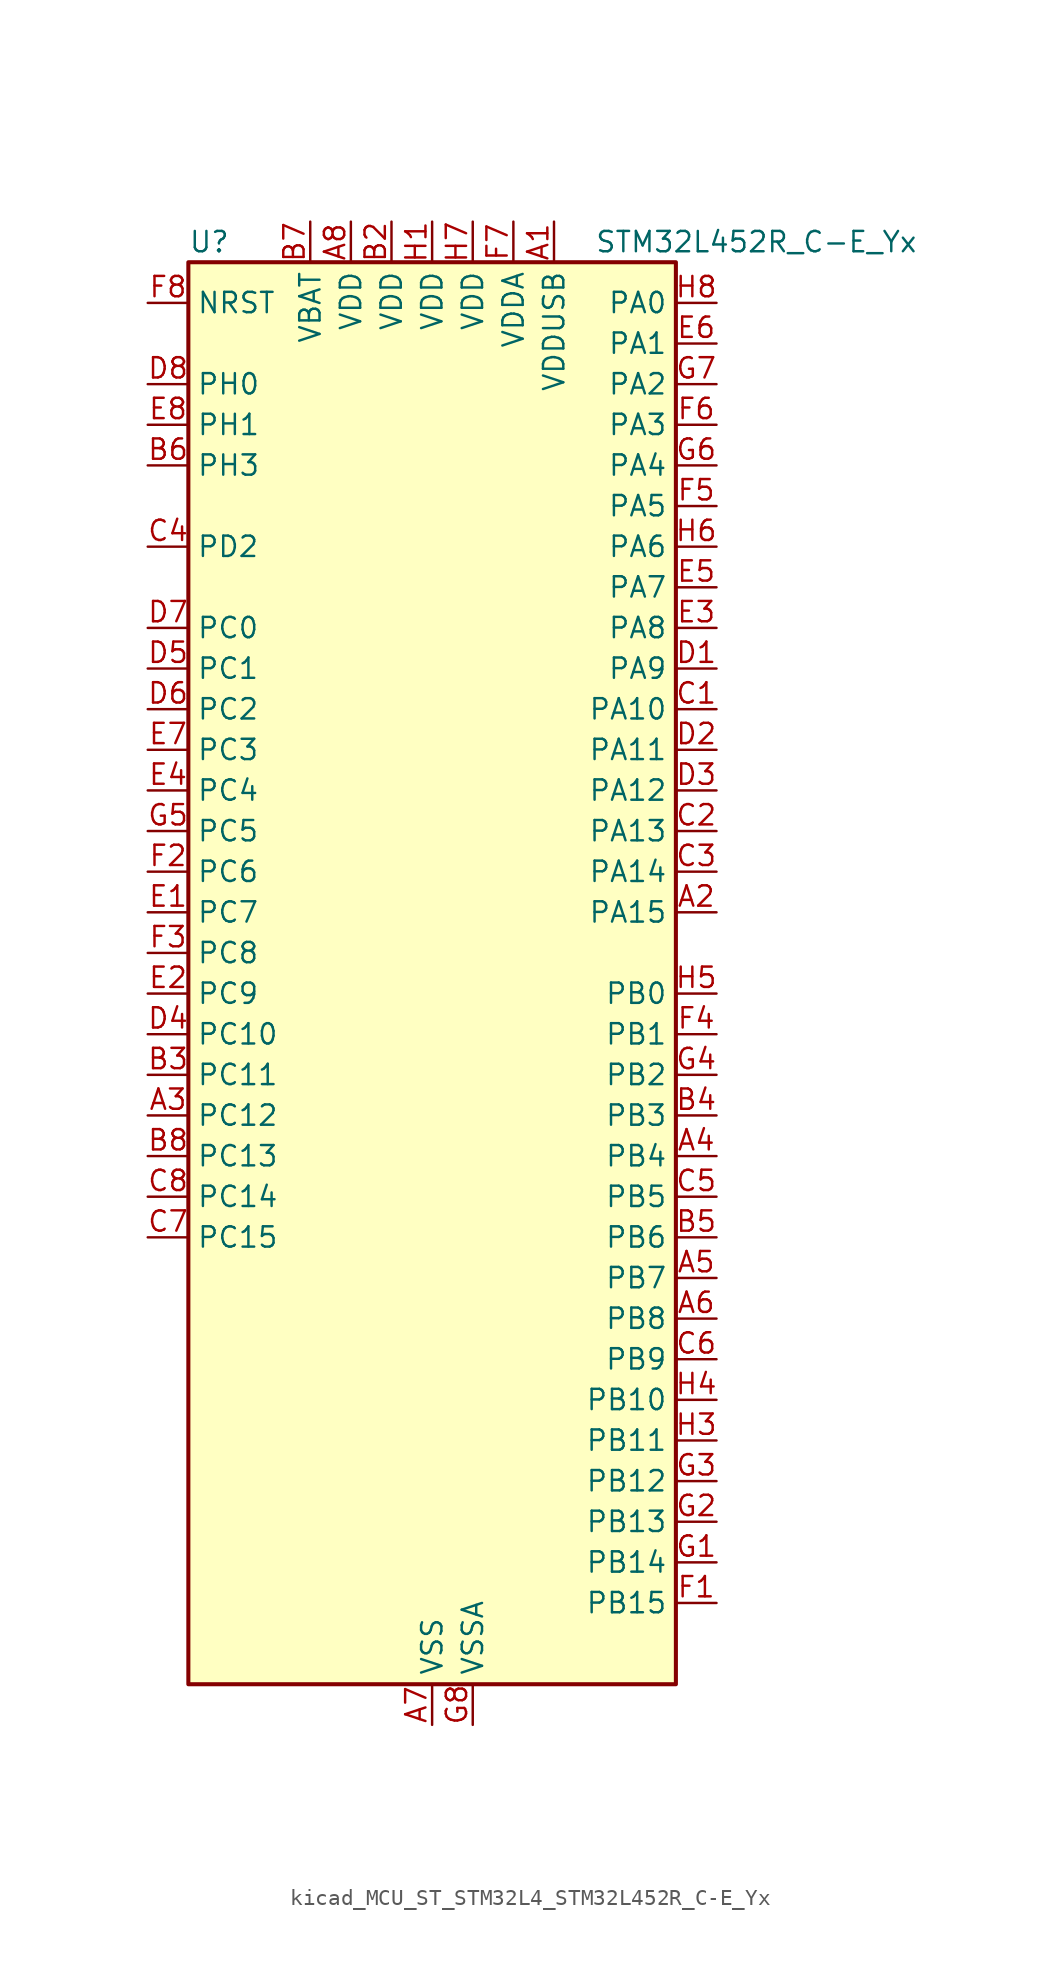
<source format=kicad_sym>
(kicad_symbol_lib
  (version 20220914)
  (generator kicad_symbol_editor)
  (symbol "kicad_MCU_ST_STM32L4_STM32L452R_C-E_Yx"
    (property "Reference" "U"
      (at -15.24 46.99 0)
      (effects (font (size 1.27 1.27)) (justify left)))
    (property "Value" "STM32L452R_C-E_Yx"
      (at 10.16 46.99 0)
      (effects (font (size 1.27 1.27)) (justify left)))
    (property "ki_locked" ""
      (at 0 0 0)
      (effects (font (size 1.27 1.27))))
    (symbol "kicad_MCU_ST_STM32L4_STM32L452R_C-E_Yx_0_1"
      (rectangle (start -15.24 -43.18) (end 15.24 45.72) (stroke (width 0.254) (type default)) (fill (type background))))
    (symbol "kicad_MCU_ST_STM32L4_STM32L452R_C-E_Yx_1_1"
      (pin power_in line (at 7.62 48.26 270) (length 2.54) (name "VDDUSB" (effects (font (size 1.27 1.27)))) (number "A1" (effects (font (size 1.27 1.27)))))
      (pin bidirectional line (at 17.78 5.08 180) (length 2.54) (name "PA15" (effects (font (size 1.27 1.27)))) (number "A2" (effects (font (size 1.27 1.27)))) (alternate "ADC1_EXTI15" bidirectional line) (alternate "SPI1_NSS" bidirectional line) (alternate "SPI3_NSS" bidirectional line) (alternate "SYS_JTDI" bidirectional line) (alternate "TIM2_CH1" bidirectional line) (alternate "TIM2_ETR" bidirectional line) (alternate "TSC_G3_IO1" bidirectional line) (alternate "UART4_DE" bidirectional line) (alternate "UART4_RTS" bidirectional line) (alternate "USART2_RX" bidirectional line) (alternate "USART3_DE" bidirectional line) (alternate "USART3_RTS" bidirectional line))
      (pin bidirectional line (at -17.78 -7.62 0) (length 2.54) (name "PC12" (effects (font (size 1.27 1.27)))) (number "A3" (effects (font (size 1.27 1.27)))) (alternate "SDMMC1_CK" bidirectional line) (alternate "SPI3_MOSI" bidirectional line) (alternate "SYS_TRACED3" bidirectional line) (alternate "TSC_G3_IO4" bidirectional line) (alternate "USART3_CK" bidirectional line))
      (pin bidirectional line (at 17.78 -10.16 180) (length 2.54) (name "PB4" (effects (font (size 1.27 1.27)))) (number "A4" (effects (font (size 1.27 1.27)))) (alternate "COMP2_INP" bidirectional line) (alternate "I2C3_SDA" bidirectional line) (alternate "SAI1_MCLK_B" bidirectional line) (alternate "SPI1_MISO" bidirectional line) (alternate "SPI3_MISO" bidirectional line) (alternate "SYS_JTRST" bidirectional line) (alternate "TIM3_CH1" bidirectional line) (alternate "TSC_G2_IO1" bidirectional line) (alternate "USART1_CTS" bidirectional line))
      (pin bidirectional line (at 17.78 -17.78 180) (length 2.54) (name "PB7" (effects (font (size 1.27 1.27)))) (number "A5" (effects (font (size 1.27 1.27)))) (alternate "COMP2_INM" bidirectional line) (alternate "I2C1_SDA" bidirectional line) (alternate "I2C4_SDA" bidirectional line) (alternate "LPTIM1_IN2" bidirectional line) (alternate "SYS_PVD_IN" bidirectional line) (alternate "TSC_G2_IO4" bidirectional line) (alternate "UART4_CTS" bidirectional line) (alternate "USART1_RX" bidirectional line))
      (pin bidirectional line (at 17.78 -20.32 180) (length 2.54) (name "PB8" (effects (font (size 1.27 1.27)))) (number "A6" (effects (font (size 1.27 1.27)))) (alternate "CAN1_RX" bidirectional line) (alternate "I2C1_SCL" bidirectional line) (alternate "SAI1_MCLK_A" bidirectional line) (alternate "SDMMC1_D4" bidirectional line) (alternate "TIM16_CH1" bidirectional line))
      (pin power_in line (at 0 -45.72 90) (length 2.54) (name "VSS" (effects (font (size 1.27 1.27)))) (number "A7" (effects (font (size 1.27 1.27)))))
      (pin power_in line (at -5.08 48.26 270) (length 2.54) (name "VDD" (effects (font (size 1.27 1.27)))) (number "A8" (effects (font (size 1.27 1.27)))))
      (pin passive line (at 0 -45.72 90) (length 2.54) hide (name "VSS" (effects (font (size 1.27 1.27)))) (number "B1" (effects (font (size 1.27 1.27)))))
      (pin power_in line (at -2.54 48.26 270) (length 2.54) (name "VDD" (effects (font (size 1.27 1.27)))) (number "B2" (effects (font (size 1.27 1.27)))))
      (pin bidirectional line (at -17.78 -5.08 0) (length 2.54) (name "PC11" (effects (font (size 1.27 1.27)))) (number "B3" (effects (font (size 1.27 1.27)))) (alternate "ADC1_EXTI11" bidirectional line) (alternate "SDMMC1_D3" bidirectional line) (alternate "SPI3_MISO" bidirectional line) (alternate "TSC_G3_IO3" bidirectional line) (alternate "UART4_RX" bidirectional line) (alternate "USART3_RX" bidirectional line))
      (pin bidirectional line (at 17.78 -7.62 180) (length 2.54) (name "PB3" (effects (font (size 1.27 1.27)))) (number "B4" (effects (font (size 1.27 1.27)))) (alternate "COMP2_INM" bidirectional line) (alternate "SAI1_SCK_B" bidirectional line) (alternate "SPI1_SCK" bidirectional line) (alternate "SPI3_SCK" bidirectional line) (alternate "SYS_JTDO-SWO" bidirectional line) (alternate "TIM2_CH2" bidirectional line) (alternate "USART1_DE" bidirectional line) (alternate "USART1_RTS" bidirectional line))
      (pin bidirectional line (at 17.78 -15.24 180) (length 2.54) (name "PB6" (effects (font (size 1.27 1.27)))) (number "B5" (effects (font (size 1.27 1.27)))) (alternate "CAN1_TX" bidirectional line) (alternate "COMP2_INP" bidirectional line) (alternate "I2C1_SCL" bidirectional line) (alternate "I2C4_SCL" bidirectional line) (alternate "LPTIM1_ETR" bidirectional line) (alternate "SAI1_FS_B" bidirectional line) (alternate "TIM16_CH1N" bidirectional line) (alternate "TSC_G2_IO3" bidirectional line) (alternate "USART1_TX" bidirectional line))
      (pin bidirectional line (at -17.78 33.02 0) (length 2.54) (name "PH3" (effects (font (size 1.27 1.27)))) (number "B6" (effects (font (size 1.27 1.27)))))
      (pin power_in line (at -7.62 48.26 270) (length 2.54) (name "VBAT" (effects (font (size 1.27 1.27)))) (number "B7" (effects (font (size 1.27 1.27)))))
      (pin bidirectional line (at -17.78 -10.16 0) (length 2.54) (name "PC13" (effects (font (size 1.27 1.27)))) (number "B8" (effects (font (size 1.27 1.27)))) (alternate "RTC_OUT_ALARM" bidirectional line) (alternate "RTC_OUT_CALIB" bidirectional line) (alternate "RTC_TAMP1" bidirectional line) (alternate "RTC_TS" bidirectional line) (alternate "SYS_WKUP2" bidirectional line))
      (pin bidirectional line (at 17.78 17.78 180) (length 2.54) (name "PA10" (effects (font (size 1.27 1.27)))) (number "C1" (effects (font (size 1.27 1.27)))) (alternate "CRS_SYNC" bidirectional line) (alternate "I2C1_SDA" bidirectional line) (alternate "SAI1_SD_A" bidirectional line) (alternate "TIM1_CH3" bidirectional line) (alternate "USART1_RX" bidirectional line))
      (pin bidirectional line (at 17.78 10.16 180) (length 2.54) (name "PA13" (effects (font (size 1.27 1.27)))) (number "C2" (effects (font (size 1.27 1.27)))) (alternate "IR_OUT" bidirectional line) (alternate "SAI1_SD_B" bidirectional line) (alternate "SYS_JTMS-SWDIO" bidirectional line) (alternate "USB_NOE" bidirectional line))
      (pin bidirectional line (at 17.78 7.62 180) (length 2.54) (name "PA14" (effects (font (size 1.27 1.27)))) (number "C3" (effects (font (size 1.27 1.27)))) (alternate "I2C1_SMBA" bidirectional line) (alternate "I2C4_SMBA" bidirectional line) (alternate "LPTIM1_OUT" bidirectional line) (alternate "SAI1_FS_B" bidirectional line) (alternate "SYS_JTCK-SWCLK" bidirectional line))
      (pin bidirectional line (at -17.78 27.94 0) (length 2.54) (name "PD2" (effects (font (size 1.27 1.27)))) (number "C4" (effects (font (size 1.27 1.27)))) (alternate "SDMMC1_CMD" bidirectional line) (alternate "SYS_TRACED2" bidirectional line) (alternate "TIM3_ETR" bidirectional line) (alternate "TSC_SYNC" bidirectional line) (alternate "USART3_DE" bidirectional line) (alternate "USART3_RTS" bidirectional line))
      (pin bidirectional line (at 17.78 -12.7 180) (length 2.54) (name "PB5" (effects (font (size 1.27 1.27)))) (number "C5" (effects (font (size 1.27 1.27)))) (alternate "CAN1_RX" bidirectional line) (alternate "COMP2_OUT" bidirectional line) (alternate "I2C1_SMBA" bidirectional line) (alternate "LPTIM1_IN1" bidirectional line) (alternate "SAI1_SD_B" bidirectional line) (alternate "SPI1_MOSI" bidirectional line) (alternate "SPI3_MOSI" bidirectional line) (alternate "TIM16_BKIN" bidirectional line) (alternate "TIM3_CH2" bidirectional line) (alternate "TSC_G2_IO2" bidirectional line) (alternate "USART1_CK" bidirectional line))
      (pin bidirectional line (at 17.78 -22.86 180) (length 2.54) (name "PB9" (effects (font (size 1.27 1.27)))) (number "C6" (effects (font (size 1.27 1.27)))) (alternate "CAN1_TX" bidirectional line) (alternate "DAC1_EXTI9" bidirectional line) (alternate "I2C1_SDA" bidirectional line) (alternate "IR_OUT" bidirectional line) (alternate "SAI1_FS_A" bidirectional line) (alternate "SDMMC1_D5" bidirectional line) (alternate "SPI2_NSS" bidirectional line))
      (pin bidirectional line (at -17.78 -15.24 0) (length 2.54) (name "PC15" (effects (font (size 1.27 1.27)))) (number "C7" (effects (font (size 1.27 1.27)))) (alternate "ADC1_EXTI15" bidirectional line) (alternate "RCC_OSC32_OUT" bidirectional line))
      (pin bidirectional line (at -17.78 -12.7 0) (length 2.54) (name "PC14" (effects (font (size 1.27 1.27)))) (number "C8" (effects (font (size 1.27 1.27)))) (alternate "RCC_OSC32_IN" bidirectional line))
      (pin bidirectional line (at 17.78 20.32 180) (length 2.54) (name "PA9" (effects (font (size 1.27 1.27)))) (number "D1" (effects (font (size 1.27 1.27)))) (alternate "DAC1_EXTI9" bidirectional line) (alternate "DFSDM1_DATIN1" bidirectional line) (alternate "I2C1_SCL" bidirectional line) (alternate "SAI1_FS_A" bidirectional line) (alternate "TIM15_BKIN" bidirectional line) (alternate "TIM1_CH2" bidirectional line) (alternate "USART1_TX" bidirectional line))
      (pin bidirectional line (at 17.78 15.24 180) (length 2.54) (name "PA11" (effects (font (size 1.27 1.27)))) (number "D2" (effects (font (size 1.27 1.27)))) (alternate "ADC1_EXTI11" bidirectional line) (alternate "CAN1_RX" bidirectional line) (alternate "COMP1_OUT" bidirectional line) (alternate "SPI1_MISO" bidirectional line) (alternate "TIM1_BKIN2" bidirectional line) (alternate "TIM1_BKIN2_COMP1" bidirectional line) (alternate "TIM1_CH4" bidirectional line) (alternate "USART1_CTS" bidirectional line) (alternate "USB_DM" bidirectional line))
      (pin bidirectional line (at 17.78 12.7 180) (length 2.54) (name "PA12" (effects (font (size 1.27 1.27)))) (number "D3" (effects (font (size 1.27 1.27)))) (alternate "CAN1_TX" bidirectional line) (alternate "SPI1_MOSI" bidirectional line) (alternate "TIM1_ETR" bidirectional line) (alternate "USART1_DE" bidirectional line) (alternate "USART1_RTS" bidirectional line) (alternate "USB_DP" bidirectional line))
      (pin bidirectional line (at -17.78 -2.54 0) (length 2.54) (name "PC10" (effects (font (size 1.27 1.27)))) (number "D4" (effects (font (size 1.27 1.27)))) (alternate "SDMMC1_D2" bidirectional line) (alternate "SPI3_SCK" bidirectional line) (alternate "SYS_TRACED1" bidirectional line) (alternate "TSC_G3_IO2" bidirectional line) (alternate "UART4_TX" bidirectional line) (alternate "USART3_TX" bidirectional line))
      (pin bidirectional line (at -17.78 20.32 0) (length 2.54) (name "PC1" (effects (font (size 1.27 1.27)))) (number "D5" (effects (font (size 1.27 1.27)))) (alternate "ADC1_IN2" bidirectional line) (alternate "I2C3_SDA" bidirectional line) (alternate "I2C4_SDA" bidirectional line) (alternate "LPTIM1_OUT" bidirectional line) (alternate "LPUART1_TX" bidirectional line) (alternate "SYS_TRACED0" bidirectional line))
      (pin bidirectional line (at -17.78 17.78 0) (length 2.54) (name "PC2" (effects (font (size 1.27 1.27)))) (number "D6" (effects (font (size 1.27 1.27)))) (alternate "ADC1_IN3" bidirectional line) (alternate "DFSDM1_CKOUT" bidirectional line) (alternate "LPTIM1_IN2" bidirectional line) (alternate "SPI2_MISO" bidirectional line))
      (pin bidirectional line (at -17.78 22.86 0) (length 2.54) (name "PC0" (effects (font (size 1.27 1.27)))) (number "D7" (effects (font (size 1.27 1.27)))) (alternate "ADC1_IN1" bidirectional line) (alternate "I2C3_SCL" bidirectional line) (alternate "I2C4_SCL" bidirectional line) (alternate "LPTIM1_IN1" bidirectional line) (alternate "LPTIM2_IN1" bidirectional line) (alternate "LPUART1_RX" bidirectional line))
      (pin bidirectional line (at -17.78 38.1 0) (length 2.54) (name "PH0" (effects (font (size 1.27 1.27)))) (number "D8" (effects (font (size 1.27 1.27)))) (alternate "RCC_OSC_IN" bidirectional line))
      (pin bidirectional line (at -17.78 5.08 0) (length 2.54) (name "PC7" (effects (font (size 1.27 1.27)))) (number "E1" (effects (font (size 1.27 1.27)))) (alternate "DFSDM1_DATIN3" bidirectional line) (alternate "SDMMC1_D7" bidirectional line) (alternate "TIM3_CH2" bidirectional line) (alternate "TSC_G4_IO2" bidirectional line))
      (pin bidirectional line (at -17.78 0 0) (length 2.54) (name "PC9" (effects (font (size 1.27 1.27)))) (number "E2" (effects (font (size 1.27 1.27)))) (alternate "DAC1_EXTI9" bidirectional line) (alternate "SDMMC1_D1" bidirectional line) (alternate "TIM3_CH4" bidirectional line) (alternate "TSC_G4_IO4" bidirectional line) (alternate "USB_NOE" bidirectional line))
      (pin bidirectional line (at 17.78 22.86 180) (length 2.54) (name "PA8" (effects (font (size 1.27 1.27)))) (number "E3" (effects (font (size 1.27 1.27)))) (alternate "DFSDM1_CKIN1" bidirectional line) (alternate "LPTIM2_OUT" bidirectional line) (alternate "RCC_MCO" bidirectional line) (alternate "SAI1_SCK_A" bidirectional line) (alternate "TIM1_CH1" bidirectional line) (alternate "USART1_CK" bidirectional line))
      (pin bidirectional line (at -17.78 12.7 0) (length 2.54) (name "PC4" (effects (font (size 1.27 1.27)))) (number "E4" (effects (font (size 1.27 1.27)))) (alternate "ADC1_IN13" bidirectional line) (alternate "COMP1_INM" bidirectional line) (alternate "USART3_TX" bidirectional line))
      (pin bidirectional line (at 17.78 25.4 180) (length 2.54) (name "PA7" (effects (font (size 1.27 1.27)))) (number "E5" (effects (font (size 1.27 1.27)))) (alternate "ADC1_IN12" bidirectional line) (alternate "COMP2_OUT" bidirectional line) (alternate "DFSDM1_DATIN0" bidirectional line) (alternate "I2C3_SCL" bidirectional line) (alternate "QUADSPI_BK1_IO2" bidirectional line) (alternate "SPI1_MOSI" bidirectional line) (alternate "TIM1_CH1N" bidirectional line) (alternate "TIM3_CH2" bidirectional line))
      (pin bidirectional line (at 17.78 40.64 180) (length 2.54) (name "PA1" (effects (font (size 1.27 1.27)))) (number "E6" (effects (font (size 1.27 1.27)))) (alternate "ADC1_IN6" bidirectional line) (alternate "COMP1_INP" bidirectional line) (alternate "I2C1_SMBA" bidirectional line) (alternate "OPAMP1_VINM" bidirectional line) (alternate "SPI1_SCK" bidirectional line) (alternate "TIM15_CH1N" bidirectional line) (alternate "TIM2_CH2" bidirectional line) (alternate "UART4_RX" bidirectional line) (alternate "USART2_DE" bidirectional line) (alternate "USART2_RTS" bidirectional line))
      (pin bidirectional line (at -17.78 15.24 0) (length 2.54) (name "PC3" (effects (font (size 1.27 1.27)))) (number "E7" (effects (font (size 1.27 1.27)))) (alternate "ADC1_IN4" bidirectional line) (alternate "LPTIM1_ETR" bidirectional line) (alternate "LPTIM2_ETR" bidirectional line) (alternate "SAI1_SD_A" bidirectional line) (alternate "SPI2_MOSI" bidirectional line))
      (pin bidirectional line (at -17.78 35.56 0) (length 2.54) (name "PH1" (effects (font (size 1.27 1.27)))) (number "E8" (effects (font (size 1.27 1.27)))) (alternate "RCC_OSC_OUT" bidirectional line))
      (pin bidirectional line (at 17.78 -38.1 180) (length 2.54) (name "PB15" (effects (font (size 1.27 1.27)))) (number "F1" (effects (font (size 1.27 1.27)))) (alternate "ADC1_EXTI15" bidirectional line) (alternate "DFSDM1_CKIN2" bidirectional line) (alternate "RTC_REFIN" bidirectional line) (alternate "SAI1_SD_A" bidirectional line) (alternate "SPI2_MOSI" bidirectional line) (alternate "TIM15_CH2" bidirectional line) (alternate "TIM1_CH3N" bidirectional line) (alternate "TSC_G1_IO4" bidirectional line))
      (pin bidirectional line (at -17.78 7.62 0) (length 2.54) (name "PC6" (effects (font (size 1.27 1.27)))) (number "F2" (effects (font (size 1.27 1.27)))) (alternate "DFSDM1_CKIN3" bidirectional line) (alternate "SDMMC1_D6" bidirectional line) (alternate "TIM3_CH1" bidirectional line) (alternate "TSC_G4_IO1" bidirectional line))
      (pin bidirectional line (at -17.78 2.54 0) (length 2.54) (name "PC8" (effects (font (size 1.27 1.27)))) (number "F3" (effects (font (size 1.27 1.27)))) (alternate "SDMMC1_D0" bidirectional line) (alternate "TIM3_CH3" bidirectional line) (alternate "TSC_G4_IO3" bidirectional line))
      (pin bidirectional line (at 17.78 -2.54 180) (length 2.54) (name "PB1" (effects (font (size 1.27 1.27)))) (number "F4" (effects (font (size 1.27 1.27)))) (alternate "ADC1_IN16" bidirectional line) (alternate "COMP1_INM" bidirectional line) (alternate "DFSDM1_DATIN0" bidirectional line) (alternate "LPTIM2_IN1" bidirectional line) (alternate "LPUART1_DE" bidirectional line) (alternate "LPUART1_RTS" bidirectional line) (alternate "QUADSPI_BK1_IO0" bidirectional line) (alternate "TIM1_CH3N" bidirectional line) (alternate "TIM3_CH4" bidirectional line) (alternate "USART3_DE" bidirectional line) (alternate "USART3_RTS" bidirectional line))
      (pin bidirectional line (at 17.78 30.48 180) (length 2.54) (name "PA5" (effects (font (size 1.27 1.27)))) (number "F5" (effects (font (size 1.27 1.27)))) (alternate "ADC1_IN10" bidirectional line) (alternate "COMP1_INM" bidirectional line) (alternate "COMP2_INM" bidirectional line) (alternate "DFSDM1_CKOUT" bidirectional line) (alternate "LPTIM2_ETR" bidirectional line) (alternate "SPI1_SCK" bidirectional line) (alternate "TIM2_CH1" bidirectional line) (alternate "TIM2_ETR" bidirectional line))
      (pin bidirectional line (at 17.78 35.56 180) (length 2.54) (name "PA3" (effects (font (size 1.27 1.27)))) (number "F6" (effects (font (size 1.27 1.27)))) (alternate "ADC1_IN8" bidirectional line) (alternate "COMP2_INP" bidirectional line) (alternate "LPUART1_RX" bidirectional line) (alternate "OPAMP1_VOUT" bidirectional line) (alternate "QUADSPI_CLK" bidirectional line) (alternate "SAI1_MCLK_A" bidirectional line) (alternate "TIM15_CH2" bidirectional line) (alternate "TIM2_CH4" bidirectional line) (alternate "USART2_RX" bidirectional line))
      (pin power_in line (at 5.08 48.26 270) (length 2.54) (name "VDDA" (effects (font (size 1.27 1.27)))) (number "F7" (effects (font (size 1.27 1.27)))))
      (pin input line (at -17.78 43.18 0) (length 2.54) (name "NRST" (effects (font (size 1.27 1.27)))) (number "F8" (effects (font (size 1.27 1.27)))))
      (pin bidirectional line (at 17.78 -35.56 180) (length 2.54) (name "PB14" (effects (font (size 1.27 1.27)))) (number "G1" (effects (font (size 1.27 1.27)))) (alternate "DFSDM1_DATIN2" bidirectional line) (alternate "I2C2_SDA" bidirectional line) (alternate "SAI1_MCLK_A" bidirectional line) (alternate "SPI2_MISO" bidirectional line) (alternate "TIM15_CH1" bidirectional line) (alternate "TIM1_CH2N" bidirectional line) (alternate "TSC_G1_IO3" bidirectional line) (alternate "USART3_DE" bidirectional line) (alternate "USART3_RTS" bidirectional line))
      (pin bidirectional line (at 17.78 -33.02 180) (length 2.54) (name "PB13" (effects (font (size 1.27 1.27)))) (number "G2" (effects (font (size 1.27 1.27)))) (alternate "CAN1_TX" bidirectional line) (alternate "DFSDM1_CKIN1" bidirectional line) (alternate "I2C2_SCL" bidirectional line) (alternate "LPUART1_CTS" bidirectional line) (alternate "SAI1_SCK_A" bidirectional line) (alternate "SPI2_SCK" bidirectional line) (alternate "TIM15_CH1N" bidirectional line) (alternate "TIM1_CH1N" bidirectional line) (alternate "TSC_G1_IO2" bidirectional line) (alternate "USART3_CTS" bidirectional line))
      (pin bidirectional line (at 17.78 -30.48 180) (length 2.54) (name "PB12" (effects (font (size 1.27 1.27)))) (number "G3" (effects (font (size 1.27 1.27)))) (alternate "CAN1_RX" bidirectional line) (alternate "DFSDM1_DATIN1" bidirectional line) (alternate "I2C2_SMBA" bidirectional line) (alternate "LPUART1_DE" bidirectional line) (alternate "LPUART1_RTS" bidirectional line) (alternate "SAI1_FS_A" bidirectional line) (alternate "SPI2_NSS" bidirectional line) (alternate "TIM15_BKIN" bidirectional line) (alternate "TIM1_BKIN" bidirectional line) (alternate "TIM1_BKIN_COMP2" bidirectional line) (alternate "TSC_G1_IO1" bidirectional line) (alternate "USART3_CK" bidirectional line))
      (pin bidirectional line (at 17.78 -5.08 180) (length 2.54) (name "PB2" (effects (font (size 1.27 1.27)))) (number "G4" (effects (font (size 1.27 1.27)))) (alternate "COMP1_INP" bidirectional line) (alternate "DFSDM1_CKIN0" bidirectional line) (alternate "I2C3_SMBA" bidirectional line) (alternate "LPTIM1_OUT" bidirectional line) (alternate "RTC_OUT_ALARM" bidirectional line) (alternate "RTC_OUT_CALIB" bidirectional line))
      (pin bidirectional line (at -17.78 10.16 0) (length 2.54) (name "PC5" (effects (font (size 1.27 1.27)))) (number "G5" (effects (font (size 1.27 1.27)))) (alternate "ADC1_IN14" bidirectional line) (alternate "COMP1_INP" bidirectional line) (alternate "SYS_WKUP5" bidirectional line) (alternate "USART3_RX" bidirectional line))
      (pin bidirectional line (at 17.78 33.02 180) (length 2.54) (name "PA4" (effects (font (size 1.27 1.27)))) (number "G6" (effects (font (size 1.27 1.27)))) (alternate "ADC1_IN9" bidirectional line) (alternate "COMP1_INM" bidirectional line) (alternate "COMP2_INM" bidirectional line) (alternate "DAC1_OUT1" bidirectional line) (alternate "LPTIM2_OUT" bidirectional line) (alternate "SAI1_FS_B" bidirectional line) (alternate "SPI1_NSS" bidirectional line) (alternate "SPI3_NSS" bidirectional line) (alternate "USART2_CK" bidirectional line))
      (pin bidirectional line (at 17.78 38.1 180) (length 2.54) (name "PA2" (effects (font (size 1.27 1.27)))) (number "G7" (effects (font (size 1.27 1.27)))) (alternate "ADC1_IN7" bidirectional line) (alternate "COMP2_INM" bidirectional line) (alternate "COMP2_OUT" bidirectional line) (alternate "LPUART1_TX" bidirectional line) (alternate "QUADSPI_BK1_NCS" bidirectional line) (alternate "RCC_LSCO" bidirectional line) (alternate "SYS_WKUP4" bidirectional line) (alternate "TIM15_CH1" bidirectional line) (alternate "TIM2_CH3" bidirectional line) (alternate "USART2_TX" bidirectional line))
      (pin power_in line (at 2.54 -45.72 90) (length 2.54) (name "VSSA" (effects (font (size 1.27 1.27)))) (number "G8" (effects (font (size 1.27 1.27)))))
      (pin power_in line (at 0 48.26 270) (length 2.54) (name "VDD" (effects (font (size 1.27 1.27)))) (number "H1" (effects (font (size 1.27 1.27)))))
      (pin passive line (at 0 -45.72 90) (length 2.54) hide (name "VSS" (effects (font (size 1.27 1.27)))) (number "H2" (effects (font (size 1.27 1.27)))))
      (pin bidirectional line (at 17.78 -27.94 180) (length 2.54) (name "PB11" (effects (font (size 1.27 1.27)))) (number "H3" (effects (font (size 1.27 1.27)))) (alternate "ADC1_EXTI11" bidirectional line) (alternate "COMP2_OUT" bidirectional line) (alternate "I2C2_SDA" bidirectional line) (alternate "I2C4_SDA" bidirectional line) (alternate "LPUART1_TX" bidirectional line) (alternate "QUADSPI_BK1_NCS" bidirectional line) (alternate "TIM2_CH4" bidirectional line) (alternate "USART3_RX" bidirectional line))
      (pin bidirectional line (at 17.78 -25.4 180) (length 2.54) (name "PB10" (effects (font (size 1.27 1.27)))) (number "H4" (effects (font (size 1.27 1.27)))) (alternate "COMP1_OUT" bidirectional line) (alternate "I2C2_SCL" bidirectional line) (alternate "I2C4_SCL" bidirectional line) (alternate "LPUART1_RX" bidirectional line) (alternate "QUADSPI_CLK" bidirectional line) (alternate "SAI1_SCK_A" bidirectional line) (alternate "SPI2_SCK" bidirectional line) (alternate "TIM2_CH3" bidirectional line) (alternate "TSC_SYNC" bidirectional line) (alternate "USART3_TX" bidirectional line))
      (pin bidirectional line (at 17.78 0 180) (length 2.54) (name "PB0" (effects (font (size 1.27 1.27)))) (number "H5" (effects (font (size 1.27 1.27)))) (alternate "ADC1_IN15" bidirectional line) (alternate "COMP1_OUT" bidirectional line) (alternate "DFSDM1_CKIN0" bidirectional line) (alternate "QUADSPI_BK1_IO1" bidirectional line) (alternate "SAI1_EXTCLK" bidirectional line) (alternate "SPI1_NSS" bidirectional line) (alternate "TIM1_CH2N" bidirectional line) (alternate "TIM3_CH3" bidirectional line) (alternate "USART3_CK" bidirectional line))
      (pin bidirectional line (at 17.78 27.94 180) (length 2.54) (name "PA6" (effects (font (size 1.27 1.27)))) (number "H6" (effects (font (size 1.27 1.27)))) (alternate "ADC1_IN11" bidirectional line) (alternate "COMP1_OUT" bidirectional line) (alternate "LPUART1_CTS" bidirectional line) (alternate "QUADSPI_BK1_IO3" bidirectional line) (alternate "SPI1_MISO" bidirectional line) (alternate "TIM16_CH1" bidirectional line) (alternate "TIM1_BKIN" bidirectional line) (alternate "TIM1_BKIN_COMP2" bidirectional line) (alternate "TIM3_CH1" bidirectional line) (alternate "USART3_CTS" bidirectional line))
      (pin power_in line (at 2.54 48.26 270) (length 2.54) (name "VDD" (effects (font (size 1.27 1.27)))) (number "H7" (effects (font (size 1.27 1.27)))))
      (pin bidirectional line (at 17.78 43.18 180) (length 2.54) (name "PA0" (effects (font (size 1.27 1.27)))) (number "H8" (effects (font (size 1.27 1.27)))) (alternate "ADC1_IN5" bidirectional line) (alternate "COMP1_INM" bidirectional line) (alternate "COMP1_OUT" bidirectional line) (alternate "OPAMP1_VINP" bidirectional line) (alternate "RTC_TAMP2" bidirectional line) (alternate "SAI1_EXTCLK" bidirectional line) (alternate "SYS_WKUP1" bidirectional line) (alternate "TIM2_CH1" bidirectional line) (alternate "TIM2_ETR" bidirectional line) (alternate "UART4_TX" bidirectional line) (alternate "USART2_CTS" bidirectional line)))))
</source>
